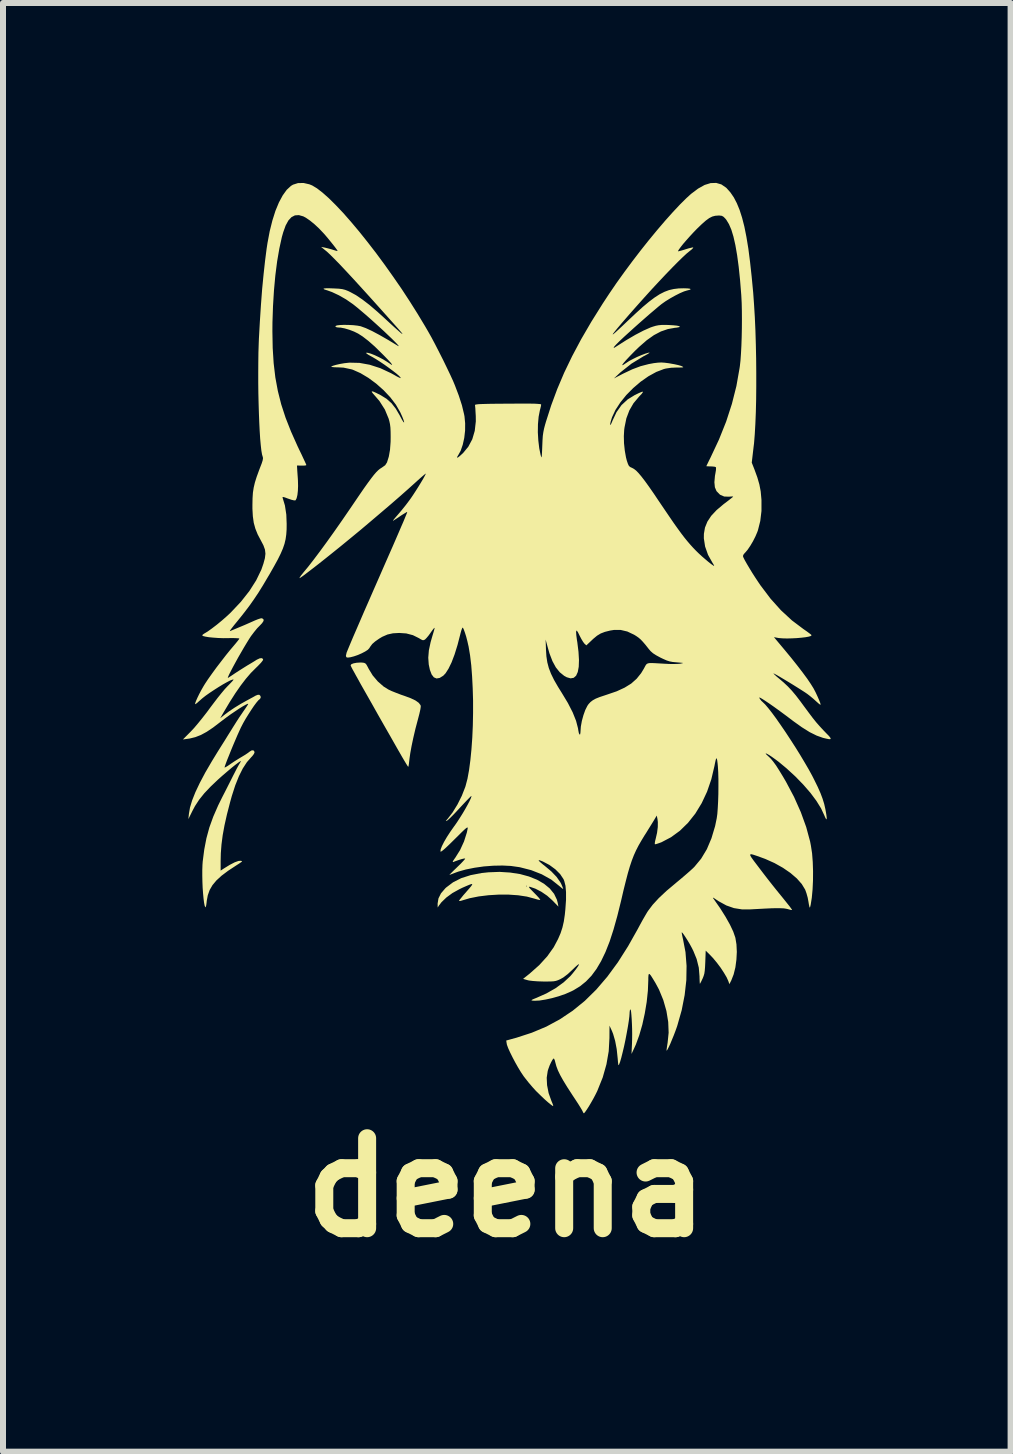
<source format=kicad_pcb>
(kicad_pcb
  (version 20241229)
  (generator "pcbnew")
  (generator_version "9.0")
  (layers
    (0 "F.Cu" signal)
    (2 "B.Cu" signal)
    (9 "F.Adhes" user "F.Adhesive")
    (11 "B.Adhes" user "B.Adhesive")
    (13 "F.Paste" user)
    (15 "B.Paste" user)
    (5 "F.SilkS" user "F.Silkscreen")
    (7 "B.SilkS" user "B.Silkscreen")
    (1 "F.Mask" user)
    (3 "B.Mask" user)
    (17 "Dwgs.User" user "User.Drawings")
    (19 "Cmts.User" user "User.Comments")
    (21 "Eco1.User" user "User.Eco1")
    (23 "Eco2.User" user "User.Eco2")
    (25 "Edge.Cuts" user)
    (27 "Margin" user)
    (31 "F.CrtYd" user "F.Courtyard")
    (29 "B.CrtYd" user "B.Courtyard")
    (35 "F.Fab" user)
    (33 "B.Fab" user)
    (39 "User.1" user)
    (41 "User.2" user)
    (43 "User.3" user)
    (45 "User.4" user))
  (footprint "deena"
    (layer "F.Cu")
    (at 5.393 7.861)
    (property "Reference" "deena" (at 0 8.89 0) (layer "F.SilkS") (effects (font (size 1.5 1.5) (thickness 0.3))))
    (attr board_only exclude_from_pos_files exclude_from_bom)
    (fp_poly (pts (xy -2.405 0.137) (xy -2.374 0.141) (xy -2.352 0.15) (xy -2.333 0.171) (xy -2.312 0.209) (xy -2.294 0.244) (xy -2.228 0.352) (xy -2.143 0.452) (xy -2.047 0.536) (xy -1.969 0.585) (xy -1.912 0.612) (xy -1.837 0.642) (xy -1.756 0.673) (xy -1.7 0.692) (xy -1.595 0.731) (xy -1.517 0.768) (xy -1.462 0.807) (xy -1.43 0.848) (xy -1.427 0.872) (xy -1.434 0.919) (xy -1.45 0.99) (xy -1.475 1.086) (xy -1.516 1.241) (xy -1.551 1.39) (xy -1.58 1.527) (xy -1.602 1.648) (xy -1.616 1.746) (xy -1.618 1.766) (xy -1.624 1.819) (xy -1.63 1.858) (xy -1.635 1.875) (xy -1.636 1.875) (xy -1.646 1.863) (xy -1.668 1.828) (xy -1.7 1.775) (xy -1.74 1.707) (xy -1.785 1.628) (xy -1.804 1.596) (xy -1.931 1.372) (xy -2.045 1.173) (xy -2.145 0.997) (xy -2.232 0.842) (xy -2.308 0.708) (xy -2.374 0.592) (xy -2.429 0.495) (xy -2.474 0.413) (xy -2.511 0.347) (xy -2.54 0.294) (xy -2.563 0.253) (xy -2.579 0.222) (xy -2.589 0.201) (xy -2.595 0.188) (xy -2.596 0.182) (xy -2.584 0.164) (xy -2.549 0.15) (xy -2.497 0.14) (xy -2.436 0.136)) (stroke (width 0) (type solid)) (fill yes) (layer "F.SilkS"))
    (fp_poly (pts (xy 0.062 3.638) (xy 0.227 3.663) (xy 0.377 3.704) (xy 0.512 3.758) (xy 0.628 3.825) (xy 0.723 3.903) (xy 0.796 3.993) (xy 0.843 4.091) (xy 0.857 4.146) (xy 0.868 4.206) (xy 0.765 4.1) (xy 0.68 4.024) (xy 0.583 3.958) (xy 0.484 3.907) (xy 0.397 3.877) (xy 0.38 3.875) (xy 0.377 3.881) (xy 0.389 3.899) (xy 0.419 3.931) (xy 0.46 3.973) (xy 0.505 4.019) (xy 0.54 4.057) (xy 0.561 4.084) (xy 0.566 4.092) (xy 0.553 4.095) (xy 0.519 4.088) (xy 0.472 4.074) (xy 0.465 4.072) (xy 0.342 4.039) (xy 0.197 4.017) (xy 0.038 4.006) (xy -0.129 4.006) (xy -0.297 4.016) (xy -0.46 4.036) (xy -0.611 4.066) (xy -0.726 4.1) (xy -0.763 4.111) (xy -0.786 4.113) (xy -0.789 4.11) (xy -0.78 4.094) (xy -0.754 4.062) (xy -0.717 4.016) (xy -0.67 3.963) (xy -0.668 3.96) (xy -0.618 3.903) (xy -0.586 3.864) (xy -0.586 3.864) (xy 0.328 3.864) (xy 0.335 3.871) (xy 0.342 3.864) (xy 0.335 3.856) (xy 0.328 3.864) (xy -0.586 3.864) (xy -0.571 3.842) (xy -0.569 3.831) (xy -0.58 3.83) (xy -0.59 3.832) (xy -0.62 3.843) (xy -0.67 3.864) (xy -0.732 3.891) (xy -0.783 3.916) (xy -0.899 3.98) (xy -1 4.054) (xy -1.081 4.132) (xy -1.121 4.184) (xy -1.145 4.221) (xy -1.146 4.155) (xy -1.132 4.069) (xy -1.09 3.985) (xy -1.018 3.901) (xy -1.003 3.887) (xy -0.889 3.801) (xy -0.753 3.732) (xy -0.594 3.681) (xy -0.412 3.646) (xy -0.298 3.634) (xy -0.113 3.627)) (stroke (width 0) (type solid)) (fill yes) (layer "F.SilkS"))
    (fp_poly (pts (xy 3.585 -7.836) (xy 3.664 -7.782) (xy 3.676 -7.77) (xy 3.737 -7.701) (xy 3.793 -7.619) (xy 3.843 -7.523) (xy 3.889 -7.411) (xy 3.931 -7.28) (xy 3.969 -7.131) (xy 4.003 -6.96) (xy 4.035 -6.766) (xy 4.063 -6.548) (xy 4.09 -6.303) (xy 4.116 -6.03) (xy 4.116 -6.03) (xy 4.13 -5.834) (xy 4.143 -5.623) (xy 4.153 -5.4) (xy 4.16 -5.169) (xy 4.165 -4.934) (xy 4.167 -4.7) (xy 4.167 -4.469) (xy 4.165 -4.247) (xy 4.16 -4.037) (xy 4.152 -3.843) (xy 4.142 -3.669) (xy 4.13 -3.519) (xy 4.124 -3.471) (xy 4.092 -3.197) (xy 4.137 -3.083) (xy 4.185 -2.951) (xy 4.219 -2.833) (xy 4.241 -2.718) (xy 4.252 -2.597) (xy 4.254 -2.574) (xy 4.254 -2.391) (xy 4.234 -2.224) (xy 4.195 -2.069) (xy 4.183 -2.036) (xy 4.152 -1.964) (xy 4.112 -1.885) (xy 4.067 -1.809) (xy 4.022 -1.743) (xy 3.982 -1.696) (xy 3.976 -1.691) (xy 3.953 -1.662) (xy 3.945 -1.639) (xy 3.953 -1.615) (xy 3.975 -1.571) (xy 4.009 -1.511) (xy 4.051 -1.44) (xy 4.099 -1.361) (xy 4.151 -1.28) (xy 4.204 -1.2) (xy 4.238 -1.15) (xy 4.405 -0.929) (xy 4.579 -0.735) (xy 4.762 -0.566) (xy 4.956 -0.42) (xy 4.958 -0.419) (xy 5.011 -0.382) (xy 5.054 -0.35) (xy 5.082 -0.328) (xy 5.089 -0.32) (xy 5.079 -0.307) (xy 5.044 -0.296) (xy 4.989 -0.286) (xy 4.921 -0.278) (xy 4.843 -0.271) (xy 4.761 -0.267) (xy 4.681 -0.265) (xy 4.606 -0.267) (xy 4.544 -0.272) (xy 4.52 -0.276) (xy 4.462 -0.287) (xy 4.642 -0.072) (xy 4.751 0.06) (xy 4.852 0.187) (xy 4.941 0.303) (xy 5.017 0.406) (xy 5.077 0.495) (xy 5.12 0.564) (xy 5.124 0.571) (xy 5.156 0.632) (xy 5.186 0.696) (xy 5.212 0.756) (xy 5.232 0.805) (xy 5.24 0.836) (xy 5.241 0.839) (xy 5.231 0.838) (xy 5.206 0.819) (xy 5.171 0.788) (xy 5.17 0.787) (xy 5.117 0.739) (xy 5.056 0.689) (xy 5.017 0.659) (xy 4.979 0.633) (xy 4.923 0.597) (xy 4.855 0.554) (xy 4.78 0.507) (xy 4.703 0.46) (xy 4.628 0.415) (xy 4.561 0.375) (xy 4.506 0.343) (xy 4.468 0.323) (xy 4.456 0.317) (xy 4.456 0.322) (xy 4.475 0.341) (xy 4.51 0.373) (xy 4.549 0.405) (xy 4.625 0.47) (xy 4.694 0.535) (xy 4.76 0.605) (xy 4.829 0.687) (xy 4.904 0.785) (xy 4.959 0.86) (xy 5.039 0.968) (xy 5.106 1.057) (xy 5.166 1.132) (xy 5.224 1.198) (xy 5.283 1.262) (xy 5.333 1.314) (xy 5.381 1.363) (xy 5.406 1.396) (xy 5.407 1.412) (xy 5.384 1.415) (xy 5.334 1.405) (xy 5.279 1.392) (xy 5.175 1.355) (xy 5.058 1.297) (xy 4.927 1.215) (xy 4.78 1.11) (xy 4.779 1.109) (xy 4.668 1.025) (xy 4.561 0.946) (xy 4.463 0.875) (xy 4.377 0.815) (xy 4.308 0.769) (xy 4.267 0.743) (xy 4.232 0.723) (xy 4.218 0.718) (xy 4.22 0.728) (xy 4.226 0.741) (xy 4.251 0.774) (xy 4.278 0.799) (xy 4.316 0.836) (xy 4.367 0.896) (xy 4.429 0.975) (xy 4.499 1.07) (xy 4.575 1.179) (xy 4.655 1.296) (xy 4.737 1.421) (xy 4.819 1.548) (xy 4.898 1.675) (xy 4.972 1.799) (xy 5.041 1.917) (xy 5.1 2.025) (xy 5.13 2.084) (xy 5.191 2.208) (xy 5.238 2.314) (xy 5.273 2.407) (xy 5.3 2.495) (xy 5.32 2.583) (xy 5.323 2.6) (xy 5.336 2.676) (xy 5.342 2.726) (xy 5.34 2.75) (xy 5.331 2.747) (xy 5.315 2.716) (xy 5.302 2.685) (xy 5.248 2.569) (xy 5.17 2.443) (xy 5.071 2.31) (xy 4.952 2.173) (xy 4.818 2.035) (xy 4.671 1.9) (xy 4.541 1.792) (xy 4.482 1.748) (xy 4.429 1.71) (xy 4.384 1.68) (xy 4.349 1.66) (xy 4.328 1.651) (xy 4.324 1.655) (xy 4.338 1.672) (xy 4.374 1.705) (xy 4.375 1.706) (xy 4.412 1.742) (xy 4.452 1.791) (xy 4.498 1.854) (xy 4.55 1.936) (xy 4.613 2.039) (xy 4.661 2.121) (xy 4.797 2.377) (xy 4.91 2.631) (xy 5 2.88) (xy 5.065 3.121) (xy 5.079 3.194) (xy 5.098 3.319) (xy 5.109 3.462) (xy 5.114 3.615) (xy 5.113 3.77) (xy 5.106 3.92) (xy 5.093 4.059) (xy 5.074 4.178) (xy 5.065 4.213) (xy 5.06 4.224) (xy 5.053 4.209) (xy 5.044 4.166) (xy 5.038 4.129) (xy 5.025 4.058) (xy 5.005 3.986) (xy 4.984 3.927) (xy 4.983 3.924) (xy 4.926 3.83) (xy 4.843 3.736) (xy 4.737 3.645) (xy 4.612 3.559) (xy 4.471 3.48) (xy 4.317 3.411) (xy 4.243 3.384) (xy 4.17 3.358) (xy 4.116 3.34) (xy 4.082 3.332) (xy 4.066 3.337) (xy 4.068 3.356) (xy 4.089 3.391) (xy 4.128 3.445) (xy 4.185 3.52) (xy 4.222 3.569) (xy 4.289 3.657) (xy 4.36 3.749) (xy 4.43 3.838) (xy 4.493 3.917) (xy 4.54 3.975) (xy 4.619 4.072) (xy 4.679 4.147) (xy 4.723 4.202) (xy 4.75 4.239) (xy 4.763 4.259) (xy 4.764 4.263) (xy 4.752 4.263) (xy 4.719 4.255) (xy 4.694 4.248) (xy 4.663 4.241) (xy 4.623 4.235) (xy 4.571 4.233) (xy 4.504 4.232) (xy 4.419 4.234) (xy 4.313 4.239) (xy 4.182 4.246) (xy 4.072 4.252) (xy 3.927 4.252) (xy 3.795 4.231) (xy 3.669 4.187) (xy 3.543 4.118) (xy 3.499 4.089) (xy 3.462 4.064) (xy 3.445 4.056) (xy 3.446 4.063) (xy 3.458 4.08) (xy 3.565 4.233) (xy 3.655 4.376) (xy 3.728 4.506) (xy 3.783 4.622) (xy 3.817 4.72) (xy 3.819 4.727) (xy 3.837 4.836) (xy 3.843 4.961) (xy 3.836 5.091) (xy 3.819 5.219) (xy 3.79 5.336) (xy 3.752 5.434) (xy 3.751 5.436) (xy 3.719 5.499) (xy 3.701 5.447) (xy 3.673 5.385) (xy 3.628 5.309) (xy 3.573 5.225) (xy 3.51 5.141) (xy 3.445 5.063) (xy 3.39 5.005) (xy 3.324 4.94) (xy 3.317 5.132) (xy 3.313 5.216) (xy 3.308 5.277) (xy 3.301 5.324) (xy 3.289 5.364) (xy 3.273 5.405) (xy 3.271 5.408) (xy 3.25 5.453) (xy 3.234 5.483) (xy 3.227 5.494) (xy 3.225 5.48) (xy 3.223 5.444) (xy 3.221 5.391) (xy 3.221 5.371) (xy 3.209 5.224) (xy 3.173 5.08) (xy 3.118 4.945) (xy 3.092 4.893) (xy 3.06 4.834) (xy 3.025 4.775) (xy 2.99 4.72) (xy 2.96 4.675) (xy 2.937 4.644) (xy 2.924 4.634) (xy 2.924 4.635) (xy 2.925 4.651) (xy 2.932 4.688) (xy 2.943 4.739) (xy 2.946 4.751) (xy 2.987 4.965) (xy 3.005 5.194) (xy 3.001 5.433) (xy 2.973 5.681) (xy 2.924 5.932) (xy 2.853 6.182) (xy 2.846 6.205) (xy 2.82 6.278) (xy 2.791 6.354) (xy 2.761 6.427) (xy 2.733 6.495) (xy 2.707 6.55) (xy 2.687 6.589) (xy 2.675 6.607) (xy 2.672 6.608) (xy 2.672 6.591) (xy 2.677 6.553) (xy 2.685 6.5) (xy 2.689 6.476) (xy 2.706 6.308) (xy 2.699 6.129) (xy 2.669 5.946) (xy 2.617 5.764) (xy 2.545 5.589) (xy 2.486 5.479) (xy 2.441 5.405) (xy 2.41 5.356) (xy 2.389 5.331) (xy 2.376 5.33) (xy 2.37 5.35) (xy 2.367 5.391) (xy 2.367 5.427) (xy 2.36 5.607) (xy 2.34 5.797) (xy 2.308 5.988) (xy 2.267 6.175) (xy 2.216 6.351) (xy 2.159 6.507) (xy 2.129 6.573) (xy 2.087 6.663) (xy 2.095 6.491) (xy 2.097 6.417) (xy 2.098 6.333) (xy 2.097 6.246) (xy 2.094 6.161) (xy 2.09 6.081) (xy 2.085 6.012) (xy 2.08 5.959) (xy 2.074 5.927) (xy 2.068 5.919) (xy 2.059 5.938) (xy 2.055 5.974) (xy 2.055 5.982) (xy 2.051 6.038) (xy 2.041 6.116) (xy 2.026 6.211) (xy 2.007 6.316) (xy 1.986 6.426) (xy 1.963 6.535) (xy 1.939 6.636) (xy 1.917 6.724) (xy 1.897 6.793) (xy 1.886 6.822) (xy 1.877 6.844) (xy 1.87 6.85) (xy 1.866 6.838) (xy 1.862 6.804) (xy 1.857 6.745) (xy 1.856 6.734) (xy 1.84 6.582) (xy 1.814 6.445) (xy 1.78 6.328) (xy 1.76 6.278) (xy 1.72 6.191) (xy 1.719 6.397) (xy 1.707 6.617) (xy 1.669 6.835) (xy 1.607 7.054) (xy 1.517 7.278) (xy 1.509 7.295) (xy 1.482 7.349) (xy 1.449 7.411) (xy 1.412 7.476) (xy 1.376 7.537) (xy 1.342 7.59) (xy 1.314 7.63) (xy 1.296 7.651) (xy 1.293 7.653) (xy 1.281 7.64) (xy 1.273 7.622) (xy 1.262 7.6) (xy 1.237 7.558) (xy 1.201 7.5) (xy 1.156 7.431) (xy 1.105 7.354) (xy 1.098 7.343) (xy 1.015 7.215) (xy 0.949 7.107) (xy 0.898 7.016) (xy 0.86 6.937) (xy 0.834 6.868) (xy 0.818 6.809) (xy 0.807 6.767) (xy 0.795 6.742) (xy 0.788 6.738) (xy 0.769 6.76) (xy 0.746 6.802) (xy 0.721 6.856) (xy 0.7 6.914) (xy 0.69 6.946) (xy 0.673 7.059) (xy 0.679 7.184) (xy 0.705 7.316) (xy 0.751 7.445) (xy 0.757 7.459) (xy 0.773 7.498) (xy 0.781 7.525) (xy 0.781 7.532) (xy 0.767 7.526) (xy 0.736 7.503) (xy 0.691 7.466) (xy 0.638 7.419) (xy 0.58 7.364) (xy 0.521 7.306) (xy 0.495 7.281) (xy 0.437 7.217) (xy 0.372 7.141) (xy 0.312 7.065) (xy 0.289 7.035) (xy 0.244 6.968) (xy 0.196 6.889) (xy 0.148 6.804) (xy 0.102 6.717) (xy 0.062 6.636) (xy 0.03 6.565) (xy 0.01 6.51) (xy 0.006 6.491) (xy -0.002 6.439) (xy 0.169 6.392) (xy 0.424 6.309) (xy 0.665 6.208) (xy 0.891 6.086) (xy 1.105 5.943) (xy 1.308 5.778) (xy 1.5 5.589) (xy 1.684 5.374) (xy 1.86 5.134) (xy 2.03 4.866) (xy 2.186 4.589) (xy 2.23 4.507) (xy 2.274 4.427) (xy 2.315 4.356) (xy 2.348 4.3) (xy 2.363 4.277) (xy 2.44 4.175) (xy 2.542 4.064) (xy 2.671 3.943) (xy 2.827 3.812) (xy 2.835 3.805) (xy 2.911 3.742) (xy 2.986 3.678) (xy 3.055 3.618) (xy 3.111 3.567) (xy 3.137 3.541) (xy 3.248 3.407) (xy 3.343 3.249) (xy 3.42 3.067) (xy 3.481 2.863) (xy 3.508 2.732) (xy 3.518 2.66) (xy 3.525 2.564) (xy 3.531 2.452) (xy 3.535 2.329) (xy 3.536 2.203) (xy 3.536 2.08) (xy 3.533 1.966) (xy 3.527 1.867) (xy 3.523 1.824) (xy 3.516 1.767) (xy 3.508 1.737) (xy 3.5 1.734) (xy 3.491 1.76) (xy 3.479 1.814) (xy 3.47 1.861) (xy 3.418 2.082) (xy 3.347 2.289) (xy 3.257 2.481) (xy 3.151 2.655) (xy 3.029 2.809) (xy 2.894 2.941) (xy 2.746 3.049) (xy 2.588 3.132) (xy 2.575 3.137) (xy 2.527 3.154) (xy 2.492 3.165) (xy 2.476 3.165) (xy 2.475 3.148) (xy 2.481 3.111) (xy 2.491 3.071) (xy 2.513 2.975) (xy 2.525 2.88) (xy 2.526 2.797) (xy 2.52 2.747) (xy 2.508 2.688) (xy 2.45 2.785) (xy 2.416 2.84) (xy 2.373 2.909) (xy 2.328 2.982) (xy 2.302 3.022) (xy 2.25 3.108) (xy 2.204 3.188) (xy 2.163 3.268) (xy 2.126 3.35) (xy 2.092 3.438) (xy 2.059 3.537) (xy 2.026 3.649) (xy 1.992 3.78) (xy 1.954 3.932) (xy 1.913 4.109) (xy 1.913 4.109) (xy 1.85 4.363) (xy 1.787 4.588) (xy 1.722 4.788) (xy 1.653 4.963) (xy 1.58 5.115) (xy 1.502 5.247) (xy 1.419 5.359) (xy 1.328 5.454) (xy 1.229 5.534) (xy 1.121 5.6) (xy 1.083 5.619) (xy 0.985 5.662) (xy 0.876 5.7) (xy 0.763 5.732) (xy 0.653 5.756) (xy 0.553 5.772) (xy 0.469 5.776) (xy 0.439 5.774) (xy 0.421 5.771) (xy 0.421 5.764) (xy 0.442 5.752) (xy 0.488 5.733) (xy 0.501 5.728) (xy 0.667 5.654) (xy 0.82 5.567) (xy 0.955 5.469) (xy 1.067 5.365) (xy 1.107 5.318) (xy 1.161 5.25) (xy 1.195 5.201) (xy 1.211 5.173) (xy 1.207 5.166) (xy 1.185 5.181) (xy 1.144 5.218) (xy 1.11 5.251) (xy 1.024 5.331) (xy 0.949 5.388) (xy 0.899 5.416) (xy 0.861 5.433) (xy 0.828 5.444) (xy 0.792 5.451) (xy 0.746 5.454) (xy 0.683 5.455) (xy 0.618 5.455) (xy 0.524 5.452) (xy 0.441 5.446) (xy 0.377 5.438) (xy 0.352 5.432) (xy 0.279 5.411) (xy 0.389 5.323) (xy 0.549 5.181) (xy 0.682 5.035) (xy 0.79 4.883) (xy 0.862 4.747) (xy 0.904 4.65) (xy 0.935 4.555) (xy 0.958 4.455) (xy 0.975 4.34) (xy 0.984 4.251) (xy 0.995 4.094) (xy 0.995 3.963) (xy 0.986 3.858) (xy 0.965 3.777) (xy 0.953 3.748) (xy 0.897 3.664) (xy 0.817 3.584) (xy 0.719 3.512) (xy 0.609 3.454) (xy 0.572 3.439) (xy 0.543 3.431) (xy 0.539 3.439) (xy 0.561 3.462) (xy 0.607 3.501) (xy 0.638 3.525) (xy 0.75 3.619) (xy 0.838 3.711) (xy 0.9 3.8) (xy 0.916 3.83) (xy 0.934 3.872) (xy 0.946 3.902) (xy 0.947 3.912) (xy 0.935 3.905) (xy 0.907 3.883) (xy 0.884 3.863) (xy 0.748 3.755) (xy 0.59 3.667) (xy 0.414 3.598) (xy 0.223 3.549) (xy 0.075 3.528) (xy -0.064 3.521) (xy -0.217 3.524) (xy -0.375 3.536) (xy -0.53 3.558) (xy -0.675 3.587) (xy -0.803 3.623) (xy -0.855 3.642) (xy -0.901 3.66) (xy -0.936 3.673) (xy -0.95 3.677) (xy -0.942 3.668) (xy -0.916 3.642) (xy -0.877 3.603) (xy -0.827 3.555) (xy -0.817 3.545) (xy -0.765 3.495) (xy -0.724 3.452) (xy -0.696 3.421) (xy -0.686 3.405) (xy -0.686 3.404) (xy -0.704 3.404) (xy -0.743 3.413) (xy -0.797 3.43) (xy -0.859 3.452) (xy -0.884 3.463) (xy -0.895 3.462) (xy -0.887 3.442) (xy -0.86 3.402) (xy -0.853 3.393) (xy -0.772 3.264) (xy -0.706 3.12) (xy -0.659 2.972) (xy -0.647 2.914) (xy -0.644 2.897) (xy -0.646 2.887) (xy -0.654 2.887) (xy -0.672 2.899) (xy -0.701 2.924) (xy -0.744 2.965) (xy -0.803 3.024) (xy -0.865 3.085) (xy -0.945 3.164) (xy -1.006 3.222) (xy -1.05 3.261) (xy -1.079 3.283) (xy -1.095 3.29) (xy -1.099 3.286) (xy -1.095 3.251) (xy -1.074 3.197) (xy -1.039 3.127) (xy -0.991 3.045) (xy -0.933 2.956) (xy -0.867 2.862) (xy -0.864 2.859) (xy -0.821 2.797) (xy -0.775 2.726) (xy -0.728 2.651) (xy -0.684 2.576) (xy -0.645 2.506) (xy -0.613 2.445) (xy -0.591 2.397) (xy -0.582 2.368) (xy -0.582 2.361) (xy -0.594 2.369) (xy -0.622 2.397) (xy -0.663 2.439) (xy -0.715 2.494) (xy -0.771 2.554) (xy -0.831 2.619) (xy -0.887 2.678) (xy -0.934 2.725) (xy -0.969 2.757) (xy -0.986 2.771) (xy -1.006 2.78) (xy -1.008 2.776) (xy -0.99 2.754) (xy -0.981 2.745) (xy -0.896 2.635) (xy -0.815 2.503) (xy -0.743 2.359) (xy -0.685 2.211) (xy -0.679 2.191) (xy -0.648 2.073) (xy -0.622 1.93) (xy -0.6 1.765) (xy -0.582 1.584) (xy -0.568 1.389) (xy -0.559 1.186) (xy -0.555 0.979) (xy -0.555 0.77) (xy -0.561 0.566) (xy -0.571 0.369) (xy -0.585 0.184) (xy -0.605 0.016) (xy -0.63 -0.133) (xy -0.634 -0.149) (xy -0.651 -0.224) (xy -0.657 -0.246) (xy 0.655 -0.246) (xy 0.661 -0.074) (xy 0.668 0.034) (xy 0.683 0.133) (xy 0.708 0.228) (xy 0.745 0.324) (xy 0.796 0.428) (xy 0.863 0.544) (xy 0.923 0.64) (xy 1.026 0.811) (xy 1.106 0.967) (xy 1.162 1.107) (xy 1.195 1.233) (xy 1.2 1.267) (xy 1.209 1.313) (xy 1.22 1.336) (xy 1.23 1.335) (xy 1.235 1.307) (xy 1.236 1.291) (xy 1.242 1.205) (xy 1.259 1.11) (xy 1.285 1.015) (xy 1.316 0.928) (xy 1.351 0.858) (xy 1.371 0.829) (xy 1.404 0.794) (xy 1.442 0.765) (xy 1.491 0.738) (xy 1.556 0.712) (xy 1.643 0.683) (xy 1.682 0.67) (xy 1.84 0.616) (xy 1.972 0.555) (xy 2.082 0.487) (xy 2.172 0.407) (xy 2.247 0.314) (xy 2.293 0.238) (xy 2.311 0.204) (xy 2.325 0.179) (xy 2.34 0.161) (xy 2.361 0.15) (xy 2.391 0.145) (xy 2.435 0.145) (xy 2.497 0.148) (xy 2.583 0.153) (xy 2.636 0.156) (xy 2.716 0.16) (xy 2.792 0.161) (xy 2.856 0.159) (xy 2.897 0.156) (xy 2.931 0.149) (xy 2.946 0.145) (xy 2.939 0.142) (xy 2.908 0.139) (xy 2.85 0.134) (xy 2.839 0.133) (xy 2.774 0.127) (xy 2.721 0.117) (xy 2.672 0.101) (xy 2.613 0.075) (xy 2.571 0.055) (xy 2.499 0.016) (xy 2.446 -0.018) (xy 2.405 -0.054) (xy 2.375 -0.089) (xy 2.319 -0.16) (xy 2.275 -0.211) (xy 2.239 -0.249) (xy 2.205 -0.278) (xy 2.168 -0.304) (xy 2.131 -0.327) (xy 2.017 -0.381) (xy 1.907 -0.407) (xy 1.793 -0.407) (xy 1.731 -0.397) (xy 1.643 -0.375) (xy 1.573 -0.348) (xy 1.512 -0.311) (xy 1.447 -0.257) (xy 1.425 -0.236) (xy 1.334 -0.15) (xy 1.301 -0.18) (xy 1.28 -0.208) (xy 1.252 -0.254) (xy 1.223 -0.309) (xy 1.219 -0.317) (xy 1.194 -0.368) (xy 1.176 -0.394) (xy 1.166 -0.394) (xy 1.163 -0.368) (xy 1.167 -0.314) (xy 1.178 -0.232) (xy 1.183 -0.204) (xy 1.203 -0.042) (xy 1.211 0.095) (xy 1.207 0.207) (xy 1.191 0.294) (xy 1.163 0.356) (xy 1.123 0.391) (xy 1.071 0.4) (xy 1.008 0.382) (xy 0.964 0.358) (xy 0.89 0.298) (xy 0.825 0.217) (xy 0.769 0.114) (xy 0.719 -0.016) (xy 0.692 -0.11) (xy 0.655 -0.246) (xy -0.657 -0.246) (xy -0.67 -0.297) (xy -0.69 -0.36) (xy -0.708 -0.41) (xy -0.722 -0.44) (xy -0.729 -0.447) (xy -0.738 -0.433) (xy -0.751 -0.398) (xy -0.765 -0.348) (xy -0.767 -0.339) (xy -0.814 -0.157) (xy -0.863 0.001) (xy -0.913 0.133) (xy -0.964 0.238) (xy -1.014 0.316) (xy -1.052 0.356) (xy -1.112 0.393) (xy -1.164 0.402) (xy -1.209 0.383) (xy -1.246 0.335) (xy -1.275 0.258) (xy -1.294 0.169) (xy -1.302 0.056) (xy -1.292 -0.067) (xy -1.263 -0.203) (xy -1.236 -0.297) (xy -1.218 -0.357) (xy -1.204 -0.405) (xy -1.197 -0.436) (xy -1.197 -0.443) (xy -1.208 -0.435) (xy -1.23 -0.407) (xy -1.26 -0.366) (xy -1.264 -0.359) (xy -1.299 -0.311) (xy -1.332 -0.272) (xy -1.356 -0.248) (xy -1.356 -0.248) (xy -1.377 -0.237) (xy -1.398 -0.237) (xy -1.428 -0.252) (xy -1.457 -0.27) (xy -1.558 -0.32) (xy -1.669 -0.349) (xy -1.787 -0.357) (xy -1.892 -0.351) (xy -1.982 -0.331) (xy -2.069 -0.293) (xy -2.121 -0.262) (xy -2.188 -0.215) (xy -2.236 -0.173) (xy -2.271 -0.126) (xy -2.285 -0.103) (xy -2.31 -0.076) (xy -2.355 -0.047) (xy -2.413 -0.017) (xy -2.477 0.011) (xy -2.541 0.033) (xy -2.599 0.048) (xy -2.644 0.054) (xy -2.669 0.047) (xy -2.675 0.022) (xy -2.665 -0.023) (xy -2.665 -0.025) (xy -2.653 -0.055) (xy -2.63 -0.111) (xy -2.597 -0.19) (xy -2.554 -0.292) (xy -2.501 -0.414) (xy -2.44 -0.555) (xy -2.372 -0.713) (xy -2.296 -0.886) (xy -2.218 -1.065) (xy -2.12 -1.288) (xy -2.034 -1.485) (xy -1.958 -1.658) (xy -1.892 -1.808) (xy -1.836 -1.937) (xy -1.789 -2.046) (xy -1.75 -2.137) (xy -1.718 -2.21) (xy -1.694 -2.268) (xy -1.676 -2.312) (xy -1.663 -2.343) (xy -1.656 -2.363) (xy -1.653 -2.374) (xy -1.653 -2.375) (xy -1.664 -2.371) (xy -1.694 -2.353) (xy -1.738 -2.326) (xy -1.761 -2.311) (xy -1.812 -2.276) (xy -1.856 -2.248) (xy -1.885 -2.229) (xy -1.89 -2.226) (xy -1.89 -2.231) (xy -1.873 -2.254) (xy -1.841 -2.292) (xy -1.801 -2.338) (xy -1.742 -2.408) (xy -1.677 -2.489) (xy -1.616 -2.57) (xy -1.59 -2.606) (xy -1.551 -2.664) (xy -1.508 -2.73) (xy -1.465 -2.798) (xy -1.424 -2.865) (xy -1.389 -2.924) (xy -1.362 -2.973) (xy -1.346 -3.005) (xy -1.343 -3.015) (xy -1.355 -3.007) (xy -1.385 -2.982) (xy -1.429 -2.944) (xy -1.484 -2.895) (xy -1.519 -2.863) (xy -1.638 -2.756) (xy -1.776 -2.634) (xy -1.928 -2.502) (xy -2.091 -2.363) (xy -2.258 -2.221) (xy -2.426 -2.079) (xy -2.591 -1.943) (xy -2.747 -1.815) (xy -2.784 -1.785) (xy -2.907 -1.686) (xy -3.022 -1.594) (xy -3.128 -1.51) (xy -3.222 -1.437) (xy -3.303 -1.375) (xy -3.368 -1.325) (xy -3.415 -1.291) (xy -3.443 -1.273) (xy -3.45 -1.271) (xy -3.444 -1.285) (xy -3.424 -1.315) (xy -3.391 -1.356) (xy -3.384 -1.365) (xy -3.306 -1.459) (xy -3.215 -1.576) (xy -3.111 -1.714) (xy -2.996 -1.871) (xy -2.871 -2.046) (xy -2.738 -2.236) (xy -2.598 -2.44) (xy -2.541 -2.524) (xy -2.45 -2.658) (xy -2.373 -2.77) (xy -2.308 -2.861) (xy -2.254 -2.934) (xy -2.209 -2.992) (xy -2.171 -3.036) (xy -2.138 -3.069) (xy -2.109 -3.093) (xy -2.081 -3.111) (xy -2.076 -3.114) (xy -2.02 -3.154) (xy -1.99 -3.201) (xy -1.96 -3.297) (xy -1.94 -3.41) (xy -1.93 -3.544) (xy -1.929 -3.625) (xy -1.93 -3.714) (xy -1.933 -3.782) (xy -1.94 -3.838) (xy -1.951 -3.889) (xy -1.963 -3.931) (xy -2.026 -4.083) (xy -2.116 -4.224) (xy -2.188 -4.308) (xy -2.225 -4.35) (xy -2.244 -4.376) (xy -2.242 -4.386) (xy -2.218 -4.381) (xy -2.171 -4.36) (xy -2.1 -4.324) (xy -2.094 -4.321) (xy -1.997 -4.261) (xy -1.915 -4.188) (xy -1.844 -4.097) (xy -1.777 -3.983) (xy -1.77 -3.969) (xy -1.738 -3.909) (xy -1.716 -3.875) (xy -1.705 -3.865) (xy -1.705 -3.877) (xy -1.715 -3.91) (xy -1.735 -3.961) (xy -1.765 -4.028) (xy -1.772 -4.042) (xy -1.842 -4.164) (xy -1.935 -4.286) (xy -2.046 -4.404) (xy -2.17 -4.514) (xy -2.3 -4.61) (xy -2.432 -4.689) (xy -2.56 -4.746) (xy -2.583 -4.753) (xy -2.715 -4.781) (xy -2.809 -4.786) (xy -2.864 -4.787) (xy -2.903 -4.791) (xy -2.921 -4.795) (xy -2.921 -4.797) (xy -2.892 -4.812) (xy -2.841 -4.827) (xy -2.775 -4.842) (xy -2.701 -4.855) (xy -2.627 -4.863) (xy -2.612 -4.864) (xy -2.449 -4.86) (xy -2.278 -4.829) (xy -2.102 -4.772) (xy -1.924 -4.689) (xy -1.873 -4.661) (xy -1.824 -4.633) (xy -1.785 -4.614) (xy -1.763 -4.606) (xy -1.761 -4.606) (xy -1.767 -4.62) (xy -1.793 -4.647) (xy -1.837 -4.685) (xy -1.894 -4.729) (xy -1.96 -4.778) (xy -2.031 -4.829) (xy -2.104 -4.878) (xy -2.174 -4.923) (xy -2.237 -4.96) (xy -2.261 -4.973) (xy -2.305 -4.998) (xy -2.333 -5.018) (xy -2.341 -5.029) (xy -2.34 -5.029) (xy -2.309 -5.028) (xy -2.259 -5.014) (xy -2.196 -4.989) (xy -2.126 -4.956) (xy -2.054 -4.918) (xy -1.987 -4.877) (xy -1.96 -4.859) (xy -1.922 -4.833) (xy -1.905 -4.826) (xy -1.908 -4.837) (xy -1.931 -4.866) (xy -1.976 -4.915) (xy -2.042 -4.983) (xy -2.071 -5.012) (xy -2.193 -5.132) (xy -2.301 -5.227) (xy -2.397 -5.301) (xy -2.472 -5.349) (xy -2.539 -5.382) (xy -2.617 -5.412) (xy -2.695 -5.435) (xy -2.761 -5.448) (xy -2.786 -5.449) (xy -2.827 -5.453) (xy -2.849 -5.463) (xy -2.848 -5.475) (xy -2.825 -5.485) (xy -2.778 -5.491) (xy -2.711 -5.494) (xy -2.633 -5.493) (xy -2.553 -5.489) (xy -2.482 -5.481) (xy -2.429 -5.471) (xy -2.426 -5.47) (xy -2.344 -5.44) (xy -2.24 -5.392) (xy -2.116 -5.326) (xy -1.973 -5.244) (xy -1.813 -5.147) (xy -1.809 -5.144) (xy -1.794 -5.138) (xy -1.799 -5.148) (xy -1.821 -5.174) (xy -1.859 -5.213) (xy -1.909 -5.263) (xy -1.97 -5.321) (xy -2.038 -5.386) (xy -2.112 -5.454) (xy -2.189 -5.524) (xy -2.267 -5.594) (xy -2.343 -5.661) (xy -2.415 -5.722) (xy -2.48 -5.777) (xy -2.536 -5.822) (xy -2.559 -5.84) (xy -2.673 -5.919) (xy -2.792 -5.987) (xy -2.907 -6.041) (xy -2.985 -6.069) (xy -3.03 -6.083) (xy -3.049 -6.094) (xy -3.041 -6.101) (xy -3.006 -6.104) (xy -2.943 -6.104) (xy -2.864 -6.101) (xy -2.79 -6.097) (xy -2.735 -6.09) (xy -2.688 -6.078) (xy -2.639 -6.059) (xy -2.604 -6.042) (xy -2.508 -5.99) (xy -2.402 -5.918) (xy -2.282 -5.826) (xy -2.149 -5.712) (xy -2.056 -5.628) (xy -1.953 -5.533) (xy -1.87 -5.457) (xy -1.807 -5.401) (xy -1.764 -5.363) (xy -1.739 -5.344) (xy -1.732 -5.342) (xy -1.741 -5.357) (xy -1.767 -5.388) (xy -1.807 -5.434) (xy -1.847 -5.479) (xy -2.049 -5.705) (xy -2.231 -5.908) (xy -2.395 -6.089) (xy -2.54 -6.248) (xy -2.667 -6.385) (xy -2.775 -6.5) (xy -2.866 -6.593) (xy -2.938 -6.665) (xy -2.993 -6.716) (xy -3.015 -6.734) (xy -3.089 -6.794) (xy -3.03 -6.783) (xy -2.98 -6.771) (xy -2.92 -6.755) (xy -2.892 -6.746) (xy -2.85 -6.733) (xy -2.821 -6.726) (xy -2.814 -6.727) (xy -2.823 -6.744) (xy -2.848 -6.778) (xy -2.885 -6.826) (xy -2.93 -6.882) (xy -2.979 -6.942) (xy -3.029 -7.001) (xy -3.05 -7.024) (xy -3.123 -7.101) (xy -3.199 -7.172) (xy -3.274 -7.233) (xy -3.342 -7.28) (xy -3.385 -7.303) (xy -3.459 -7.324) (xy -3.525 -7.32) (xy -3.583 -7.29) (xy -3.634 -7.235) (xy -3.68 -7.151) (xy -3.72 -7.04) (xy -3.743 -6.959) (xy -3.785 -6.768) (xy -3.822 -6.553) (xy -3.852 -6.318) (xy -3.875 -6.067) (xy -3.891 -5.804) (xy -3.9 -5.535) (xy -3.901 -5.386) (xy -3.896 -5.109) (xy -3.88 -4.855) (xy -3.852 -4.618) (xy -3.81 -4.391) (xy -3.754 -4.169) (xy -3.681 -3.945) (xy -3.59 -3.714) (xy -3.481 -3.47) (xy -3.453 -3.411) (xy -3.415 -3.333) (xy -3.383 -3.264) (xy -3.357 -3.208) (xy -3.34 -3.171) (xy -3.335 -3.156) (xy -3.348 -3.15) (xy -3.383 -3.147) (xy -3.413 -3.147) (xy -3.491 -3.149) (xy -3.488 -3.097) (xy -3.486 -3.059) (xy -3.482 -3.002) (xy -3.477 -2.933) (xy -3.475 -2.896) (xy -3.473 -2.808) (xy -3.476 -2.727) (xy -3.484 -2.657) (xy -3.497 -2.603) (xy -3.513 -2.572) (xy -3.52 -2.567) (xy -3.543 -2.568) (xy -3.584 -2.578) (xy -3.636 -2.596) (xy -3.64 -2.597) (xy -3.691 -2.616) (xy -3.72 -2.624) (xy -3.732 -2.622) (xy -3.731 -2.611) (xy -3.73 -2.609) (xy -3.692 -2.482) (xy -3.669 -2.331) (xy -3.663 -2.174) (xy -3.664 -2.081) (xy -3.67 -1.997) (xy -3.681 -1.92) (xy -3.699 -1.844) (xy -3.726 -1.765) (xy -3.763 -1.679) (xy -3.811 -1.582) (xy -3.873 -1.469) (xy -3.948 -1.337) (xy -3.969 -1.302) (xy -4.056 -1.155) (xy -4.134 -1.029) (xy -4.209 -0.917) (xy -4.283 -0.812) (xy -4.361 -0.709) (xy -4.42 -0.634) (xy -4.487 -0.551) (xy -4.538 -0.489) (xy -4.573 -0.444) (xy -4.596 -0.414) (xy -4.608 -0.397) (xy -4.611 -0.389) (xy -4.608 -0.388) (xy -4.6 -0.391) (xy -4.578 -0.4) (xy -4.535 -0.418) (xy -4.478 -0.442) (xy -4.437 -0.459) (xy -4.363 -0.49) (xy -4.286 -0.524) (xy -4.218 -0.554) (xy -4.196 -0.564) (xy -4.144 -0.585) (xy -4.101 -0.599) (xy -4.075 -0.602) (xy -4.074 -0.602) (xy -4.049 -0.584) (xy -4.048 -0.558) (xy -4.073 -0.52) (xy -4.109 -0.482) (xy -4.155 -0.435) (xy -4.205 -0.374) (xy -4.251 -0.313) (xy -4.256 -0.307) (xy -4.29 -0.255) (xy -4.33 -0.19) (xy -4.375 -0.115) (xy -4.422 -0.034) (xy -4.47 0.049) (xy -4.515 0.131) (xy -4.557 0.208) (xy -4.593 0.277) (xy -4.621 0.332) (xy -4.639 0.372) (xy -4.645 0.392) (xy -4.642 0.393) (xy -4.621 0.38) (xy -4.583 0.355) (xy -4.534 0.322) (xy -4.519 0.312) (xy -4.451 0.268) (xy -4.375 0.22) (xy -4.306 0.177) (xy -4.305 0.177) (xy -4.25 0.144) (xy -4.199 0.113) (xy -4.163 0.09) (xy -4.157 0.087) (xy -4.109 0.065) (xy -4.074 0.064) (xy -4.055 0.081) (xy -4.062 0.103) (xy -4.092 0.141) (xy -4.144 0.195) (xy -4.174 0.224) (xy -4.26 0.31) (xy -4.344 0.408) (xy -4.429 0.519) (xy -4.518 0.647) (xy -4.613 0.796) (xy -4.716 0.969) (xy -4.728 0.99) (xy -4.771 1.065) (xy -4.704 1.011) (xy -4.627 0.953) (xy -4.532 0.889) (xy -4.429 0.826) (xy -4.329 0.77) (xy -4.325 0.768) (xy -4.27 0.738) (xy -4.22 0.711) (xy -4.185 0.691) (xy -4.182 0.689) (xy -4.147 0.675) (xy -4.119 0.674) (xy -4.099 0.695) (xy -4.096 0.723) (xy -4.11 0.746) (xy -4.116 0.749) (xy -4.136 0.767) (xy -4.168 0.805) (xy -4.209 0.86) (xy -4.254 0.927) (xy -4.301 1) (xy -4.347 1.074) (xy -4.388 1.146) (xy -4.421 1.21) (xy -4.423 1.213) (xy -4.451 1.274) (xy -4.484 1.347) (xy -4.519 1.429) (xy -4.556 1.516) (xy -4.592 1.603) (xy -4.625 1.686) (xy -4.655 1.76) (xy -4.678 1.821) (xy -4.693 1.864) (xy -4.699 1.886) (xy -4.698 1.887) (xy -4.684 1.882) (xy -4.652 1.864) (xy -4.609 1.835) (xy -4.598 1.827) (xy -4.534 1.784) (xy -4.462 1.739) (xy -4.407 1.706) (xy -4.354 1.674) (xy -4.308 1.643) (xy -4.278 1.62) (xy -4.278 1.62) (xy -4.244 1.6) (xy -4.215 1.602) (xy -4.2 1.624) (xy -4.199 1.634) (xy -4.209 1.66) (xy -4.235 1.695) (xy -4.252 1.713) (xy -4.326 1.797) (xy -4.395 1.903) (xy -4.459 2.031) (xy -4.52 2.183) (xy -4.578 2.363) (xy -4.606 2.464) (xy -4.659 2.669) (xy -4.7 2.852) (xy -4.73 3.017) (xy -4.75 3.171) (xy -4.761 3.317) (xy -4.764 3.444) (xy -4.764 3.606) (xy -4.716 3.574) (xy -4.612 3.51) (xy -4.529 3.467) (xy -4.467 3.445) (xy -4.435 3.442) (xy -4.414 3.445) (xy -4.407 3.451) (xy -4.417 3.462) (xy -4.446 3.482) (xy -4.497 3.515) (xy -4.505 3.52) (xy -4.64 3.609) (xy -4.749 3.691) (xy -4.835 3.77) (xy -4.9 3.848) (xy -4.947 3.929) (xy -4.978 4.016) (xy -4.996 4.112) (xy -4.998 4.135) (xy -5.004 4.181) (xy -5.012 4.211) (xy -5.019 4.218) (xy -5.03 4.192) (xy -5.04 4.142) (xy -5.049 4.072) (xy -5.057 3.987) (xy -5.064 3.891) (xy -5.068 3.791) (xy -5.07 3.691) (xy -5.07 3.595) (xy -5.067 3.509) (xy -5.063 3.454) (xy -5.037 3.253) (xy -5.001 3.066) (xy -4.952 2.886) (xy -4.887 2.706) (xy -4.805 2.518) (xy -4.738 2.382) (xy -4.69 2.289) (xy -4.642 2.194) (xy -4.597 2.105) (xy -4.559 2.029) (xy -4.53 1.973) (xy -4.53 1.973) (xy -4.498 1.91) (xy -4.467 1.853) (xy -4.441 1.809) (xy -4.432 1.794) (xy -4.425 1.78) (xy -4.439 1.784) (xy -4.47 1.805) (xy -4.518 1.841) (xy -4.579 1.89) (xy -4.651 1.951) (xy -4.734 2.022) (xy -4.807 2.087) (xy -4.933 2.207) (xy -5.037 2.317) (xy -5.122 2.423) (xy -5.192 2.53) (xy -5.236 2.613) (xy -5.302 2.747) (xy -5.293 2.658) (xy -5.275 2.554) (xy -5.239 2.434) (xy -5.185 2.298) (xy -5.112 2.144) (xy -5.021 1.972) (xy -4.909 1.78) (xy -4.808 1.615) (xy -4.749 1.521) (xy -4.691 1.429) (xy -4.638 1.343) (xy -4.592 1.27) (xy -4.557 1.213) (xy -4.543 1.191) (xy -4.502 1.126) (xy -4.453 1.05) (xy -4.403 0.977) (xy -4.389 0.956) (xy -4.353 0.904) (xy -4.324 0.861) (xy -4.307 0.833) (xy -4.303 0.825) (xy -4.314 0.825) (xy -4.345 0.839) (xy -4.393 0.866) (xy -4.453 0.903) (xy -4.52 0.948) (xy -4.593 0.997) (xy -4.665 1.049) (xy -4.734 1.101) (xy -4.772 1.13) (xy -4.891 1.221) (xy -4.997 1.292) (xy -5.093 1.344) (xy -5.185 1.38) (xy -5.278 1.403) (xy -5.314 1.408) (xy -5.393 1.419) (xy -5.261 1.286) (xy -5.206 1.227) (xy -5.14 1.149) (xy -5.068 1.06) (xy -4.994 0.965) (xy -4.941 0.893) (xy -4.877 0.808) (xy -4.812 0.723) (xy -4.75 0.646) (xy -4.695 0.58) (xy -4.651 0.533) (xy -4.647 0.529) (xy -4.604 0.485) (xy -4.57 0.449) (xy -4.551 0.426) (xy -4.548 0.42) (xy -4.567 0.421) (xy -4.606 0.436) (xy -4.66 0.464) (xy -4.726 0.501) (xy -4.798 0.545) (xy -4.873 0.593) (xy -4.947 0.642) (xy -5.015 0.69) (xy -5.072 0.735) (xy -5.115 0.773) (xy -5.118 0.775) (xy -5.153 0.807) (xy -5.179 0.827) (xy -5.189 0.831) (xy -5.188 0.813) (xy -5.174 0.775) (xy -5.151 0.723) (xy -5.121 0.661) (xy -5.086 0.595) (xy -5.05 0.532) (xy -5.025 0.491) (xy -4.974 0.414) (xy -4.908 0.321) (xy -4.833 0.218) (xy -4.753 0.114) (xy -4.675 0.013) (xy -4.603 -0.076) (xy -4.558 -0.129) (xy -4.515 -0.18) (xy -4.48 -0.223) (xy -4.458 -0.252) (xy -4.452 -0.263) (xy -4.466 -0.268) (xy -4.504 -0.27) (xy -4.56 -0.272) (xy -4.629 -0.271) (xy -4.634 -0.271) (xy -4.718 -0.27) (xy -4.804 -0.273) (xy -4.887 -0.279) (xy -4.96 -0.286) (xy -5.019 -0.296) (xy -5.058 -0.306) (xy -5.07 -0.314) (xy -5.064 -0.328) (xy -5.038 -0.347) (xy -5.035 -0.348) (xy -4.979 -0.382) (xy -4.908 -0.433) (xy -4.827 -0.495) (xy -4.742 -0.565) (xy -4.659 -0.638) (xy -4.595 -0.698) (xy -4.427 -0.876) (xy -4.285 -1.056) (xy -4.171 -1.235) (xy -4.085 -1.413) (xy -4.051 -1.511) (xy -4.026 -1.603) (xy -4.017 -1.678) (xy -4.025 -1.747) (xy -4.051 -1.819) (xy -4.092 -1.897) (xy -4.146 -1.999) (xy -4.185 -2.096) (xy -4.212 -2.194) (xy -4.227 -2.302) (xy -4.234 -2.427) (xy -4.234 -2.494) (xy -4.232 -2.602) (xy -4.226 -2.695) (xy -4.213 -2.78) (xy -4.193 -2.865) (xy -4.164 -2.958) (xy -4.124 -3.068) (xy -4.108 -3.11) (xy -4.08 -3.182) (xy -4.064 -3.232) (xy -4.058 -3.266) (xy -4.06 -3.289) (xy -4.063 -3.296) (xy -4.074 -3.334) (xy -4.085 -3.399) (xy -4.095 -3.488) (xy -4.105 -3.598) (xy -4.113 -3.725) (xy -4.12 -3.867) (xy -4.126 -4.021) (xy -4.131 -4.185) (xy -4.135 -4.354) (xy -4.137 -4.526) (xy -4.137 -4.698) (xy -4.136 -4.867) (xy -4.134 -5.03) (xy -4.129 -5.184) (xy -4.126 -5.263) (xy -4.11 -5.549) (xy -4.092 -5.826) (xy -4.072 -6.09) (xy -4.048 -6.337) (xy -4.023 -6.564) (xy -3.997 -6.767) (xy -3.983 -6.858) (xy -3.946 -7.055) (xy -3.901 -7.235) (xy -3.85 -7.396) (xy -3.792 -7.536) (xy -3.729 -7.653) (xy -3.663 -7.745) (xy -3.592 -7.811) (xy -3.557 -7.832) (xy -3.475 -7.858) (xy -3.382 -7.86) (xy -3.285 -7.838) (xy -3.238 -7.819) (xy -3.158 -7.771) (xy -3.065 -7.699) (xy -2.96 -7.606) (xy -2.845 -7.492) (xy -2.721 -7.361) (xy -2.591 -7.213) (xy -2.454 -7.05) (xy -2.315 -6.876) (xy -2.172 -6.691) (xy -2.029 -6.497) (xy -1.887 -6.297) (xy -1.746 -6.093) (xy -1.61 -5.885) (xy -1.479 -5.677) (xy -1.355 -5.471) (xy -1.305 -5.385) (xy -1.248 -5.284) (xy -1.186 -5.167) (xy -1.121 -5.04) (xy -1.055 -4.91) (xy -0.993 -4.782) (xy -0.936 -4.663) (xy -0.888 -4.558) (xy -0.858 -4.486) (xy -0.793 -4.315) (xy -0.741 -4.154) (xy -0.706 -4.009) (xy -0.698 -3.969) (xy -0.687 -3.853) (xy -0.688 -3.731) (xy -0.702 -3.609) (xy -0.727 -3.496) (xy -0.761 -3.397) (xy -0.797 -3.331) (xy -0.819 -3.294) (xy -0.822 -3.279) (xy -0.806 -3.284) (xy -0.774 -3.309) (xy -0.725 -3.354) (xy -0.724 -3.354) (xy -0.634 -3.463) (xy -0.568 -3.587) (xy -0.527 -3.727) (xy -0.509 -3.885) (xy -0.51 -3.975) (xy -0.514 -4.042) (xy -0.517 -4.1) (xy -0.521 -4.14) (xy -0.523 -4.154) (xy -0.521 -4.16) (xy -0.512 -4.165) (xy -0.492 -4.168) (xy -0.458 -4.172) (xy -0.408 -4.174) (xy -0.34 -4.176) (xy -0.25 -4.178) (xy -0.137 -4.179) (xy 0.004 -4.18) (xy 0.026 -4.18) (xy 0.175 -4.181) (xy 0.296 -4.181) (xy 0.392 -4.181) (xy 0.466 -4.18) (xy 0.519 -4.177) (xy 0.554 -4.174) (xy 0.574 -4.171) (xy 0.58 -4.166) (xy 0.58 -4.165) (xy 0.577 -4.141) (xy 0.567 -4.099) (xy 0.558 -4.065) (xy 0.538 -3.961) (xy 0.527 -3.838) (xy 0.525 -3.703) (xy 0.533 -3.566) (xy 0.549 -3.434) (xy 0.571 -3.327) (xy 0.579 -3.3) (xy 0.584 -3.286) (xy 0.588 -3.289) (xy 0.591 -3.31) (xy 0.594 -3.354) (xy 0.597 -3.423) (xy 0.599 -3.476) (xy 0.603 -3.57) (xy 0.608 -3.644) (xy 0.617 -3.706) (xy 0.629 -3.766) (xy 0.647 -3.834) (xy 0.649 -3.84) (xy 1.731 -3.84) (xy 1.732 -3.825) (xy 1.742 -3.833) (xy 1.758 -3.867) (xy 1.771 -3.899) (xy 1.837 -4.039) (xy 1.92 -4.156) (xy 2.023 -4.251) (xy 2.14 -4.323) (xy 2.21 -4.357) (xy 2.255 -4.376) (xy 2.276 -4.381) (xy 2.275 -4.369) (xy 2.254 -4.341) (xy 2.213 -4.298) (xy 2.12 -4.187) (xy 2.051 -4.068) (xy 2.001 -3.935) (xy 1.97 -3.782) (xy 1.965 -3.744) (xy 1.959 -3.639) (xy 1.962 -3.519) (xy 1.975 -3.396) (xy 1.995 -3.284) (xy 2.01 -3.226) (xy 2.028 -3.174) (xy 2.044 -3.142) (xy 2.066 -3.123) (xy 2.097 -3.109) (xy 2.128 -3.092) (xy 2.164 -3.064) (xy 2.204 -3.023) (xy 2.252 -2.966) (xy 2.309 -2.892) (xy 2.377 -2.798) (xy 2.457 -2.683) (xy 2.534 -2.568) (xy 2.635 -2.419) (xy 2.722 -2.291) (xy 2.796 -2.183) (xy 2.861 -2.092) (xy 2.918 -2.014) (xy 2.97 -1.946) (xy 3.018 -1.887) (xy 3.065 -1.832) (xy 3.112 -1.78) (xy 3.161 -1.729) (xy 3.207 -1.684) (xy 3.26 -1.635) (xy 3.316 -1.587) (xy 3.369 -1.542) (xy 3.416 -1.505) (xy 3.45 -1.481) (xy 3.465 -1.474) (xy 3.462 -1.485) (xy 3.447 -1.512) (xy 3.44 -1.522) (xy 3.363 -1.659) (xy 3.314 -1.798) (xy 3.293 -1.935) (xy 3.294 -2.01) (xy 3.312 -2.114) (xy 3.352 -2.213) (xy 3.416 -2.31) (xy 3.506 -2.406) (xy 3.622 -2.504) (xy 3.647 -2.523) (xy 3.701 -2.564) (xy 3.744 -2.598) (xy 3.773 -2.621) (xy 3.782 -2.631) (xy 3.768 -2.633) (xy 3.735 -2.631) (xy 3.711 -2.629) (xy 3.632 -2.632) (xy 3.563 -2.662) (xy 3.506 -2.72) (xy 3.503 -2.725) (xy 3.477 -2.786) (xy 3.469 -2.87) (xy 3.478 -2.975) (xy 3.487 -3.025) (xy 3.495 -3.073) (xy 3.496 -3.109) (xy 3.493 -3.122) (xy 3.472 -3.129) (xy 3.433 -3.133) (xy 3.408 -3.134) (xy 3.366 -3.135) (xy 3.34 -3.137) (xy 3.335 -3.138) (xy 3.341 -3.152) (xy 3.358 -3.187) (xy 3.382 -3.237) (xy 3.4 -3.272) (xy 3.545 -3.581) (xy 3.665 -3.881) (xy 3.761 -4.177) (xy 3.836 -4.474) (xy 3.889 -4.775) (xy 3.894 -4.809) (xy 3.904 -4.899) (xy 3.912 -5.013) (xy 3.919 -5.144) (xy 3.924 -5.288) (xy 3.927 -5.437) (xy 3.928 -5.587) (xy 3.927 -5.73) (xy 3.924 -5.861) (xy 3.918 -5.975) (xy 3.917 -5.993) (xy 3.897 -6.242) (xy 3.874 -6.463) (xy 3.848 -6.656) (xy 3.819 -6.823) (xy 3.787 -6.964) (xy 3.752 -7.08) (xy 3.712 -7.173) (xy 3.669 -7.244) (xy 3.656 -7.261) (xy 3.623 -7.295) (xy 3.594 -7.312) (xy 3.555 -7.317) (xy 3.534 -7.317) (xy 3.482 -7.313) (xy 3.433 -7.3) (xy 3.382 -7.274) (xy 3.326 -7.233) (xy 3.26 -7.175) (xy 3.179 -7.097) (xy 3.177 -7.095) (xy 3.119 -7.035) (xy 3.059 -6.97) (xy 3.002 -6.906) (xy 2.95 -6.846) (xy 2.908 -6.793) (xy 2.878 -6.752) (xy 2.863 -6.726) (xy 2.863 -6.72) (xy 2.878 -6.723) (xy 2.915 -6.732) (xy 2.966 -6.747) (xy 2.984 -6.753) (xy 3.04 -6.77) (xy 3.086 -6.781) (xy 3.113 -6.786) (xy 3.116 -6.785) (xy 3.113 -6.775) (xy 3.091 -6.752) (xy 3.058 -6.726) (xy 3.008 -6.685) (xy 2.941 -6.623) (xy 2.859 -6.543) (xy 2.765 -6.448) (xy 2.659 -6.338) (xy 2.545 -6.217) (xy 2.425 -6.088) (xy 2.301 -5.951) (xy 2.175 -5.81) (xy 2.048 -5.666) (xy 1.924 -5.523) (xy 1.909 -5.505) (xy 1.848 -5.433) (xy 1.805 -5.38) (xy 1.779 -5.347) (xy 1.773 -5.334) (xy 1.785 -5.34) (xy 1.817 -5.367) (xy 1.868 -5.414) (xy 1.94 -5.481) (xy 2.025 -5.562) (xy 2.159 -5.688) (xy 2.276 -5.794) (xy 2.38 -5.881) (xy 2.472 -5.95) (xy 2.557 -6.005) (xy 2.636 -6.045) (xy 2.713 -6.074) (xy 2.792 -6.092) (xy 2.874 -6.102) (xy 2.959 -6.104) (xy 3.022 -6.102) (xy 3.061 -6.097) (xy 3.074 -6.089) (xy 3.059 -6.079) (xy 3.016 -6.068) (xy 3.015 -6.068) (xy 2.963 -6.052) (xy 2.893 -6.022) (xy 2.814 -5.982) (xy 2.732 -5.936) (xy 2.653 -5.887) (xy 2.588 -5.841) (xy 2.541 -5.803) (xy 2.476 -5.748) (xy 2.397 -5.681) (xy 2.311 -5.606) (xy 2.22 -5.526) (xy 2.129 -5.445) (xy 2.043 -5.367) (xy 1.966 -5.297) (xy 1.902 -5.237) (xy 1.877 -5.213) (xy 1.828 -5.164) (xy 1.798 -5.13) (xy 1.788 -5.112) (xy 1.798 -5.112) (xy 1.82 -5.125) (xy 1.996 -5.237) (xy 2.151 -5.328) (xy 2.287 -5.399) (xy 2.402 -5.45) (xy 2.442 -5.464) (xy 2.492 -5.479) (xy 2.539 -5.488) (xy 2.593 -5.493) (xy 2.662 -5.493) (xy 2.705 -5.492) (xy 2.785 -5.487) (xy 2.844 -5.481) (xy 2.881 -5.473) (xy 2.894 -5.465) (xy 2.881 -5.456) (xy 2.841 -5.448) (xy 2.81 -5.445) (xy 2.693 -5.424) (xy 2.577 -5.384) (xy 2.461 -5.323) (xy 2.341 -5.238) (xy 2.215 -5.128) (xy 2.143 -5.059) (xy 2.06 -4.974) (xy 1.997 -4.907) (xy 1.955 -4.859) (xy 1.934 -4.83) (xy 1.934 -4.82) (xy 1.955 -4.83) (xy 1.998 -4.859) (xy 2.003 -4.862) (xy 2.05 -4.893) (xy 2.113 -4.926) (xy 2.182 -4.96) (xy 2.253 -4.99) (xy 2.316 -5.014) (xy 2.366 -5.029) (xy 2.388 -5.032) (xy 2.383 -5.025) (xy 2.357 -5.008) (xy 2.314 -4.984) (xy 2.285 -4.969) (xy 2.087 -4.848) (xy 1.906 -4.705) (xy 1.883 -4.684) (xy 1.794 -4.601) (xy 1.95 -4.682) (xy 2.1 -4.753) (xy 2.238 -4.805) (xy 2.373 -4.84) (xy 2.459 -4.856) (xy 2.526 -4.864) (xy 2.583 -4.867) (xy 2.64 -4.863) (xy 2.711 -4.854) (xy 2.738 -4.849) (xy 2.806 -4.837) (xy 2.868 -4.823) (xy 2.913 -4.81) (xy 2.929 -4.803) (xy 2.947 -4.793) (xy 2.949 -4.787) (xy 2.931 -4.784) (xy 2.891 -4.783) (xy 2.843 -4.783) (xy 2.748 -4.779) (xy 2.661 -4.766) (xy 2.628 -4.758) (xy 2.5 -4.709) (xy 2.369 -4.637) (xy 2.239 -4.546) (xy 2.115 -4.44) (xy 2 -4.324) (xy 1.901 -4.201) (xy 1.82 -4.077) (xy 1.763 -3.955) (xy 1.757 -3.937) (xy 1.739 -3.879) (xy 1.731 -3.84) (xy 0.649 -3.84) (xy 0.66 -3.878) (xy 0.748 -4.153) (xy 0.849 -4.425) (xy 0.964 -4.696) (xy 1.097 -4.972) (xy 1.247 -5.254) (xy 1.417 -5.546) (xy 1.608 -5.851) (xy 1.716 -6.015) (xy 1.836 -6.191) (xy 1.965 -6.371) (xy 2.1 -6.553) (xy 2.238 -6.733) (xy 2.377 -6.908) (xy 2.515 -7.075) (xy 2.649 -7.232) (xy 2.777 -7.375) (xy 2.895 -7.501) (xy 3.003 -7.608) (xy 3.08 -7.678) (xy 3.197 -7.766) (xy 3.306 -7.827) (xy 3.406 -7.858) (xy 3.499 -7.861)) (stroke (width 0) (type solid)) (fill yes) (layer "F.SilkS")))
  (gr_rect
    (start -3 -3)
    (end 13.801 21.155)
    (stroke (width 0.1) (type default))
    (fill no)
    (layer "Edge.Cuts")))
</source>
